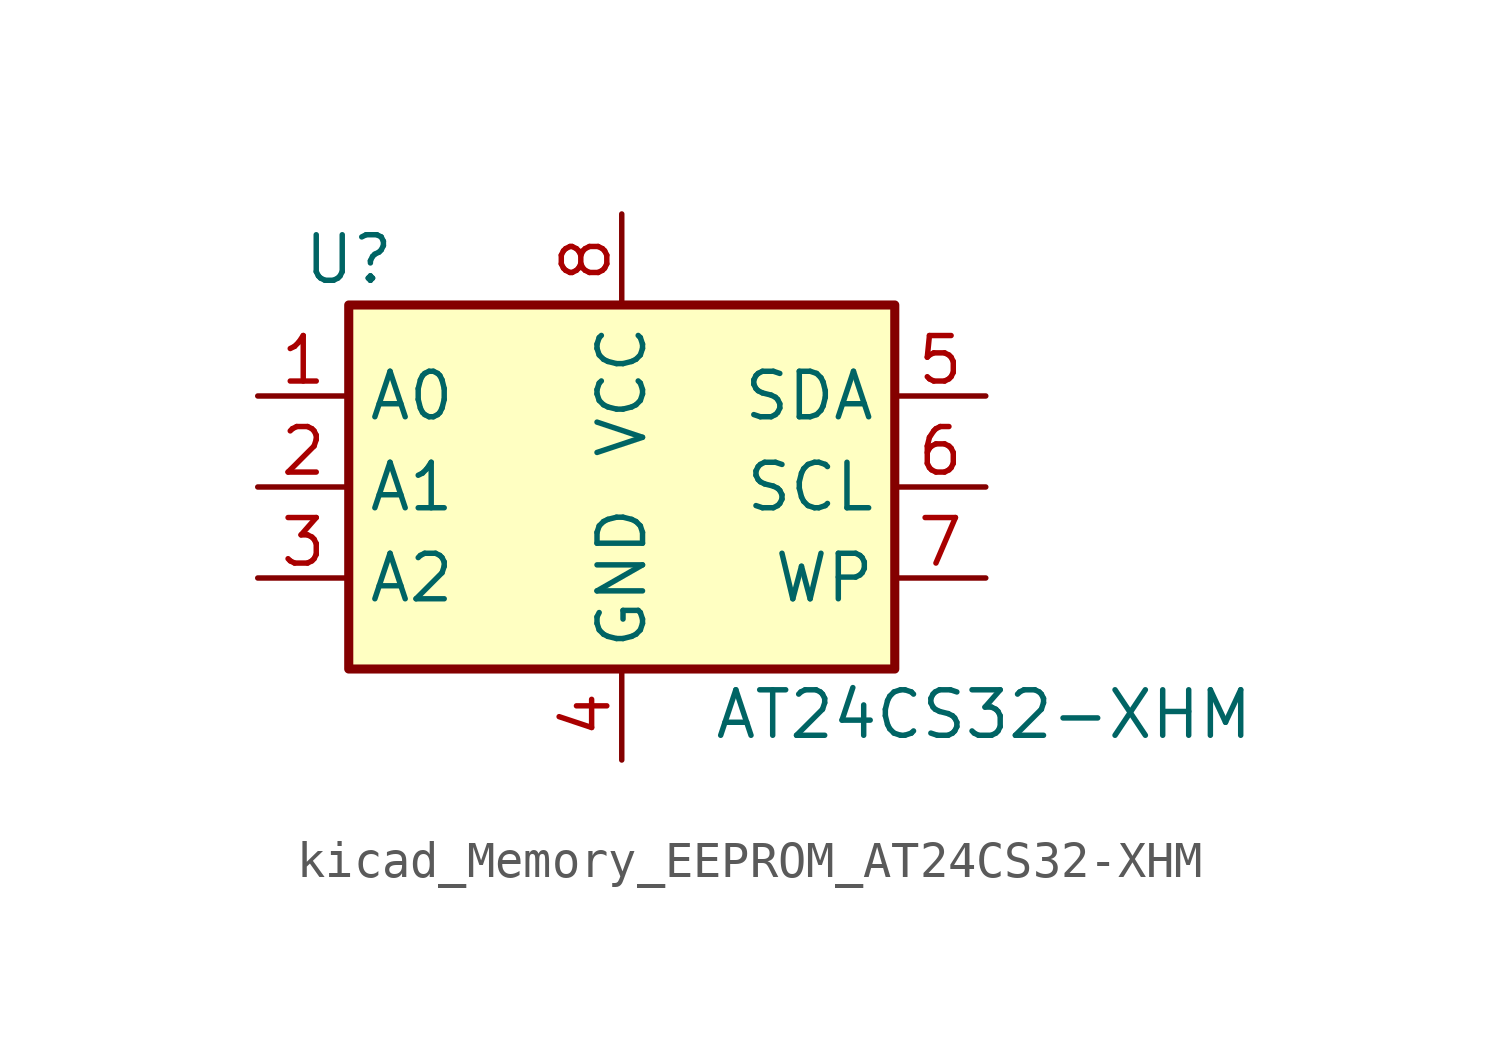
<source format=kicad_sym>
(kicad_symbol_lib
  (version 20220914)
  (generator kicad_symbol_editor)
  (symbol "kicad_Memory_EEPROM_AT24CS32-XHM"
    (property "Reference" "U"
      (at -7.62 6.35 0)
      (effects (font (size 1.27 1.27))))
    (property "Value" "AT24CS32-XHM"
      (at 2.54 -6.35 0)
      (effects (font (size 1.27 1.27)) (justify left)))
    (symbol "kicad_Memory_EEPROM_AT24CS32-XHM_1_1"
      (rectangle (start -7.62 5.08) (end 7.62 -5.08) (stroke (width 0.254) (type default)) (fill (type background)))
      (pin input line (at -10.16 2.54 0) (length 2.54) (name "A0" (effects (font (size 1.27 1.27)))) (number "1" (effects (font (size 1.27 1.27)))))
      (pin input line (at -10.16 0 0) (length 2.54) (name "A1" (effects (font (size 1.27 1.27)))) (number "2" (effects (font (size 1.27 1.27)))))
      (pin input line (at -10.16 -2.54 0) (length 2.54) (name "A2" (effects (font (size 1.27 1.27)))) (number "3" (effects (font (size 1.27 1.27)))))
      (pin power_in line (at 0 -7.62 90) (length 2.54) (name "GND" (effects (font (size 1.27 1.27)))) (number "4" (effects (font (size 1.27 1.27)))))
      (pin bidirectional line (at 10.16 2.54 180) (length 2.54) (name "SDA" (effects (font (size 1.27 1.27)))) (number "5" (effects (font (size 1.27 1.27)))))
      (pin input line (at 10.16 0 180) (length 2.54) (name "SCL" (effects (font (size 1.27 1.27)))) (number "6" (effects (font (size 1.27 1.27)))))
      (pin input line (at 10.16 -2.54 180) (length 2.54) (name "WP" (effects (font (size 1.27 1.27)))) (number "7" (effects (font (size 1.27 1.27)))))
      (pin power_in line (at 0 7.62 270) (length 2.54) (name "VCC" (effects (font (size 1.27 1.27)))) (number "8" (effects (font (size 1.27 1.27))))))))
</source>
